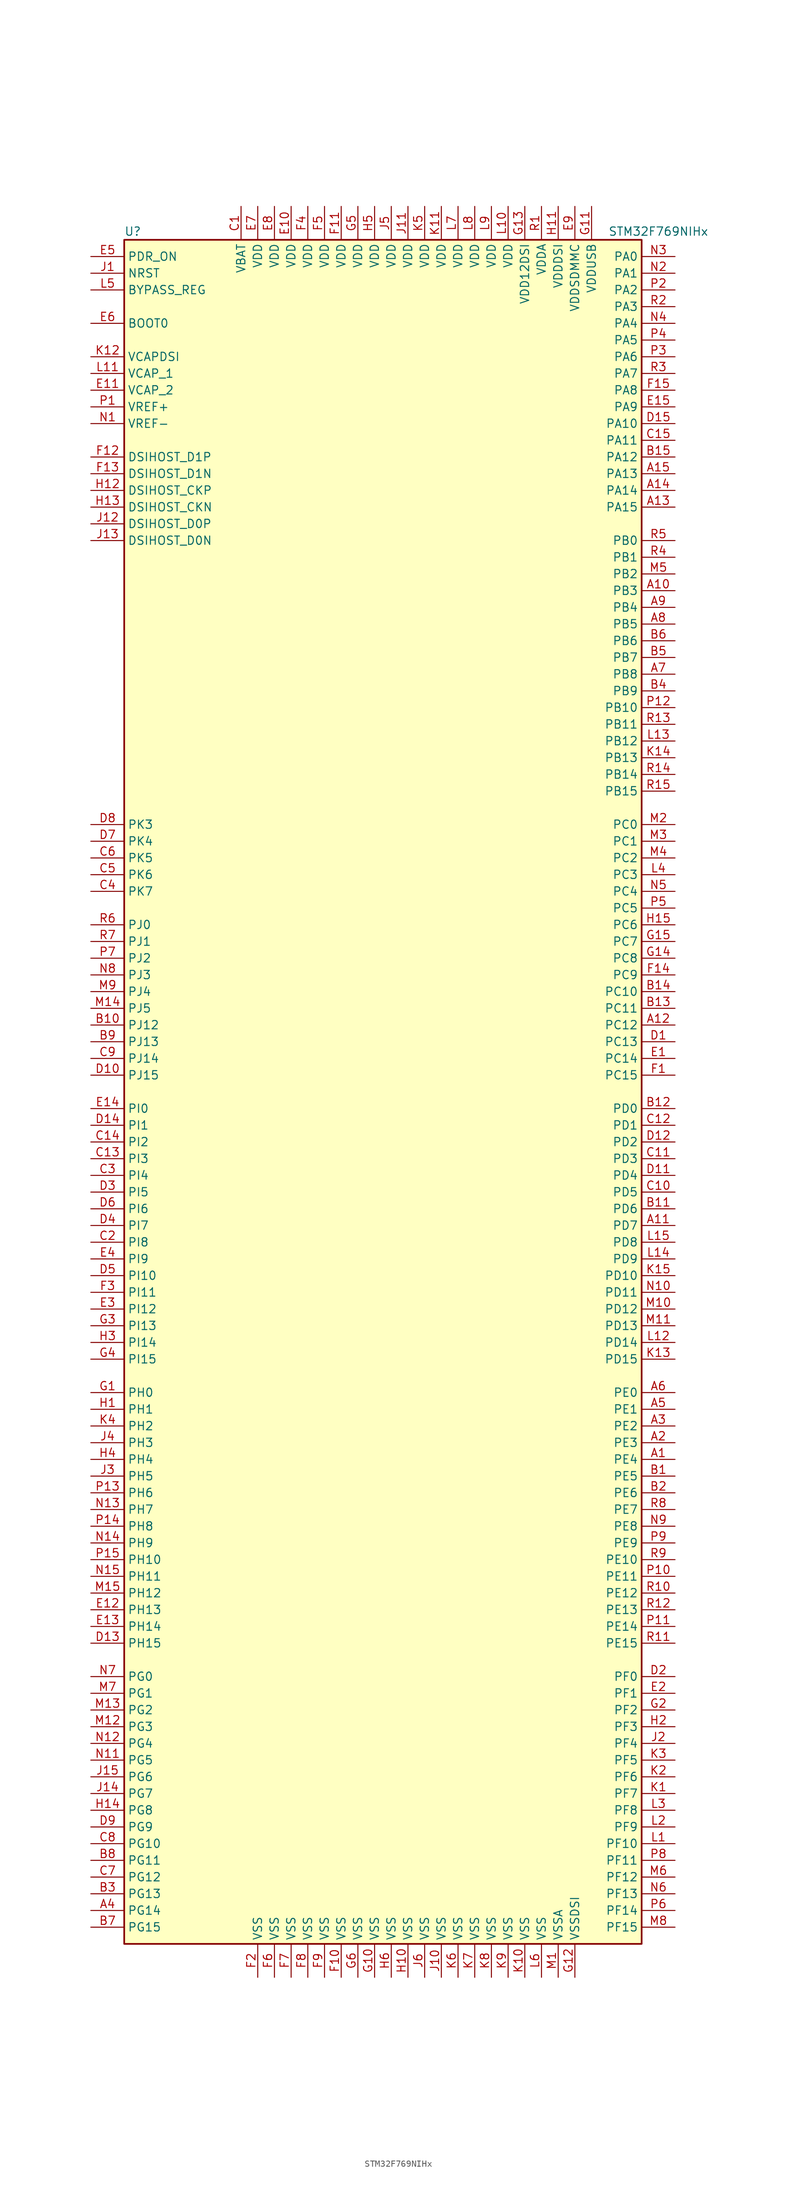
<source format=kicad_sym>
(kicad_symbol_lib
  (version 20201005)
  (generator kicad_symbol_editor)
  (symbol "MCU_ST_STM32F7:STM32F769NIHx"
    (property "Reference" "U"
      (at -40.64 130.81 0)
      (effects (font (size 1.27 1.27)) (justify left)))
    (property "Value" "STM32F769NIHx"
      (at 33.02 130.81 0)
      (effects (font (size 1.27 1.27)) (justify left)))
    (symbol "STM32F769NIHx_0_1"
      (rectangle (start -40.64 -129.54) (end 38.1 129.54) (stroke (width 0.254)) (fill (type background))))
    (symbol "STM32F769NIHx_1_1"
      (pin input line (at -45.72 116.84 0) (length 5.08) (name "BOOT0" (effects (font (size 1.27 1.27)))) (number "E6" (effects (font (size 1.27 1.27)))))
      (pin input line (at -45.72 121.92 0) (length 5.08) (name "BYPASS_REG" (effects (font (size 1.27 1.27)))) (number "L5" (effects (font (size 1.27 1.27)))))
      (pin bidirectional line (at -45.72 88.9 0) (length 5.08) (name "DSIHOST_CKN" (effects (font (size 1.27 1.27)))) (number "H13" (effects (font (size 1.27 1.27)))))
      (pin bidirectional line (at -45.72 91.44 0) (length 5.08) (name "DSIHOST_CKP" (effects (font (size 1.27 1.27)))) (number "H12" (effects (font (size 1.27 1.27)))))
      (pin bidirectional line (at -45.72 83.82 0) (length 5.08) (name "DSIHOST_D0N" (effects (font (size 1.27 1.27)))) (number "J13" (effects (font (size 1.27 1.27)))))
      (pin bidirectional line (at -45.72 86.36 0) (length 5.08) (name "DSIHOST_D0P" (effects (font (size 1.27 1.27)))) (number "J12" (effects (font (size 1.27 1.27)))))
      (pin bidirectional line (at -45.72 93.98 0) (length 5.08) (name "DSIHOST_D1N" (effects (font (size 1.27 1.27)))) (number "F13" (effects (font (size 1.27 1.27)))))
      (pin bidirectional line (at -45.72 96.52 0) (length 5.08) (name "DSIHOST_D1P" (effects (font (size 1.27 1.27)))) (number "F12" (effects (font (size 1.27 1.27)))))
      (pin input line (at -45.72 124.46 0) (length 5.08) (name "NRST" (effects (font (size 1.27 1.27)))) (number "J1" (effects (font (size 1.27 1.27)))))
      (pin bidirectional line (at 43.18 127 180) (length 5.08) (name "PA0" (effects (font (size 1.27 1.27)))) (number "N3" (effects (font (size 1.27 1.27)))))
      (pin bidirectional line (at 43.18 124.46 180) (length 5.08) (name "PA1" (effects (font (size 1.27 1.27)))) (number "N2" (effects (font (size 1.27 1.27)))))
      (pin bidirectional line (at 43.18 101.6 180) (length 5.08) (name "PA10" (effects (font (size 1.27 1.27)))) (number "D15" (effects (font (size 1.27 1.27)))))
      (pin bidirectional line (at 43.18 99.06 180) (length 5.08) (name "PA11" (effects (font (size 1.27 1.27)))) (number "C15" (effects (font (size 1.27 1.27)))))
      (pin bidirectional line (at 43.18 96.52 180) (length 5.08) (name "PA12" (effects (font (size 1.27 1.27)))) (number "B15" (effects (font (size 1.27 1.27)))))
      (pin bidirectional line (at 43.18 93.98 180) (length 5.08) (name "PA13" (effects (font (size 1.27 1.27)))) (number "A15" (effects (font (size 1.27 1.27)))))
      (pin bidirectional line (at 43.18 91.44 180) (length 5.08) (name "PA14" (effects (font (size 1.27 1.27)))) (number "A14" (effects (font (size 1.27 1.27)))))
      (pin bidirectional line (at 43.18 88.9 180) (length 5.08) (name "PA15" (effects (font (size 1.27 1.27)))) (number "A13" (effects (font (size 1.27 1.27)))))
      (pin bidirectional line (at 43.18 121.92 180) (length 5.08) (name "PA2" (effects (font (size 1.27 1.27)))) (number "P2" (effects (font (size 1.27 1.27)))))
      (pin bidirectional line (at 43.18 119.38 180) (length 5.08) (name "PA3" (effects (font (size 1.27 1.27)))) (number "R2" (effects (font (size 1.27 1.27)))))
      (pin bidirectional line (at 43.18 116.84 180) (length 5.08) (name "PA4" (effects (font (size 1.27 1.27)))) (number "N4" (effects (font (size 1.27 1.27)))))
      (pin bidirectional line (at 43.18 114.3 180) (length 5.08) (name "PA5" (effects (font (size 1.27 1.27)))) (number "P4" (effects (font (size 1.27 1.27)))))
      (pin bidirectional line (at 43.18 111.76 180) (length 5.08) (name "PA6" (effects (font (size 1.27 1.27)))) (number "P3" (effects (font (size 1.27 1.27)))))
      (pin bidirectional line (at 43.18 109.22 180) (length 5.08) (name "PA7" (effects (font (size 1.27 1.27)))) (number "R3" (effects (font (size 1.27 1.27)))))
      (pin bidirectional line (at 43.18 106.68 180) (length 5.08) (name "PA8" (effects (font (size 1.27 1.27)))) (number "F15" (effects (font (size 1.27 1.27)))))
      (pin bidirectional line (at 43.18 104.14 180) (length 5.08) (name "PA9" (effects (font (size 1.27 1.27)))) (number "E15" (effects (font (size 1.27 1.27)))))
      (pin bidirectional line (at 43.18 83.82 180) (length 5.08) (name "PB0" (effects (font (size 1.27 1.27)))) (number "R5" (effects (font (size 1.27 1.27)))))
      (pin bidirectional line (at 43.18 81.28 180) (length 5.08) (name "PB1" (effects (font (size 1.27 1.27)))) (number "R4" (effects (font (size 1.27 1.27)))))
      (pin bidirectional line (at 43.18 58.42 180) (length 5.08) (name "PB10" (effects (font (size 1.27 1.27)))) (number "P12" (effects (font (size 1.27 1.27)))))
      (pin bidirectional line (at 43.18 55.88 180) (length 5.08) (name "PB11" (effects (font (size 1.27 1.27)))) (number "R13" (effects (font (size 1.27 1.27)))))
      (pin bidirectional line (at 43.18 53.34 180) (length 5.08) (name "PB12" (effects (font (size 1.27 1.27)))) (number "L13" (effects (font (size 1.27 1.27)))))
      (pin bidirectional line (at 43.18 50.8 180) (length 5.08) (name "PB13" (effects (font (size 1.27 1.27)))) (number "K14" (effects (font (size 1.27 1.27)))))
      (pin bidirectional line (at 43.18 48.26 180) (length 5.08) (name "PB14" (effects (font (size 1.27 1.27)))) (number "R14" (effects (font (size 1.27 1.27)))))
      (pin bidirectional line (at 43.18 45.72 180) (length 5.08) (name "PB15" (effects (font (size 1.27 1.27)))) (number "R15" (effects (font (size 1.27 1.27)))))
      (pin bidirectional line (at 43.18 78.74 180) (length 5.08) (name "PB2" (effects (font (size 1.27 1.27)))) (number "M5" (effects (font (size 1.27 1.27)))))
      (pin bidirectional line (at 43.18 76.2 180) (length 5.08) (name "PB3" (effects (font (size 1.27 1.27)))) (number "A10" (effects (font (size 1.27 1.27)))))
      (pin bidirectional line (at 43.18 73.66 180) (length 5.08) (name "PB4" (effects (font (size 1.27 1.27)))) (number "A9" (effects (font (size 1.27 1.27)))))
      (pin bidirectional line (at 43.18 71.12 180) (length 5.08) (name "PB5" (effects (font (size 1.27 1.27)))) (number "A8" (effects (font (size 1.27 1.27)))))
      (pin bidirectional line (at 43.18 68.58 180) (length 5.08) (name "PB6" (effects (font (size 1.27 1.27)))) (number "B6" (effects (font (size 1.27 1.27)))))
      (pin bidirectional line (at 43.18 66.04 180) (length 5.08) (name "PB7" (effects (font (size 1.27 1.27)))) (number "B5" (effects (font (size 1.27 1.27)))))
      (pin bidirectional line (at 43.18 63.5 180) (length 5.08) (name "PB8" (effects (font (size 1.27 1.27)))) (number "A7" (effects (font (size 1.27 1.27)))))
      (pin bidirectional line (at 43.18 60.96 180) (length 5.08) (name "PB9" (effects (font (size 1.27 1.27)))) (number "B4" (effects (font (size 1.27 1.27)))))
      (pin bidirectional line (at 43.18 40.64 180) (length 5.08) (name "PC0" (effects (font (size 1.27 1.27)))) (number "M2" (effects (font (size 1.27 1.27)))))
      (pin bidirectional line (at 43.18 38.1 180) (length 5.08) (name "PC1" (effects (font (size 1.27 1.27)))) (number "M3" (effects (font (size 1.27 1.27)))))
      (pin bidirectional line (at 43.18 15.24 180) (length 5.08) (name "PC10" (effects (font (size 1.27 1.27)))) (number "B14" (effects (font (size 1.27 1.27)))))
      (pin bidirectional line (at 43.18 12.7 180) (length 5.08) (name "PC11" (effects (font (size 1.27 1.27)))) (number "B13" (effects (font (size 1.27 1.27)))))
      (pin bidirectional line (at 43.18 10.16 180) (length 5.08) (name "PC12" (effects (font (size 1.27 1.27)))) (number "A12" (effects (font (size 1.27 1.27)))))
      (pin bidirectional line (at 43.18 7.62 180) (length 5.08) (name "PC13" (effects (font (size 1.27 1.27)))) (number "D1" (effects (font (size 1.27 1.27)))))
      (pin bidirectional line (at 43.18 5.08 180) (length 5.08) (name "PC14" (effects (font (size 1.27 1.27)))) (number "E1" (effects (font (size 1.27 1.27)))))
      (pin bidirectional line (at 43.18 2.54 180) (length 5.08) (name "PC15" (effects (font (size 1.27 1.27)))) (number "F1" (effects (font (size 1.27 1.27)))))
      (pin bidirectional line (at 43.18 35.56 180) (length 5.08) (name "PC2" (effects (font (size 1.27 1.27)))) (number "M4" (effects (font (size 1.27 1.27)))))
      (pin bidirectional line (at 43.18 33.02 180) (length 5.08) (name "PC3" (effects (font (size 1.27 1.27)))) (number "L4" (effects (font (size 1.27 1.27)))))
      (pin bidirectional line (at 43.18 30.48 180) (length 5.08) (name "PC4" (effects (font (size 1.27 1.27)))) (number "N5" (effects (font (size 1.27 1.27)))))
      (pin bidirectional line (at 43.18 27.94 180) (length 5.08) (name "PC5" (effects (font (size 1.27 1.27)))) (number "P5" (effects (font (size 1.27 1.27)))))
      (pin bidirectional line (at 43.18 25.4 180) (length 5.08) (name "PC6" (effects (font (size 1.27 1.27)))) (number "H15" (effects (font (size 1.27 1.27)))))
      (pin bidirectional line (at 43.18 22.86 180) (length 5.08) (name "PC7" (effects (font (size 1.27 1.27)))) (number "G15" (effects (font (size 1.27 1.27)))))
      (pin bidirectional line (at 43.18 20.32 180) (length 5.08) (name "PC8" (effects (font (size 1.27 1.27)))) (number "G14" (effects (font (size 1.27 1.27)))))
      (pin bidirectional line (at 43.18 17.78 180) (length 5.08) (name "PC9" (effects (font (size 1.27 1.27)))) (number "F14" (effects (font (size 1.27 1.27)))))
      (pin bidirectional line (at 43.18 -2.54 180) (length 5.08) (name "PD0" (effects (font (size 1.27 1.27)))) (number "B12" (effects (font (size 1.27 1.27)))))
      (pin bidirectional line (at 43.18 -5.08 180) (length 5.08) (name "PD1" (effects (font (size 1.27 1.27)))) (number "C12" (effects (font (size 1.27 1.27)))))
      (pin bidirectional line (at 43.18 -27.94 180) (length 5.08) (name "PD10" (effects (font (size 1.27 1.27)))) (number "K15" (effects (font (size 1.27 1.27)))))
      (pin bidirectional line (at 43.18 -30.48 180) (length 5.08) (name "PD11" (effects (font (size 1.27 1.27)))) (number "N10" (effects (font (size 1.27 1.27)))))
      (pin bidirectional line (at 43.18 -33.02 180) (length 5.08) (name "PD12" (effects (font (size 1.27 1.27)))) (number "M10" (effects (font (size 1.27 1.27)))))
      (pin bidirectional line (at 43.18 -35.56 180) (length 5.08) (name "PD13" (effects (font (size 1.27 1.27)))) (number "M11" (effects (font (size 1.27 1.27)))))
      (pin bidirectional line (at 43.18 -38.1 180) (length 5.08) (name "PD14" (effects (font (size 1.27 1.27)))) (number "L12" (effects (font (size 1.27 1.27)))))
      (pin bidirectional line (at 43.18 -40.64 180) (length 5.08) (name "PD15" (effects (font (size 1.27 1.27)))) (number "K13" (effects (font (size 1.27 1.27)))))
      (pin bidirectional line (at 43.18 -7.62 180) (length 5.08) (name "PD2" (effects (font (size 1.27 1.27)))) (number "D12" (effects (font (size 1.27 1.27)))))
      (pin bidirectional line (at 43.18 -10.16 180) (length 5.08) (name "PD3" (effects (font (size 1.27 1.27)))) (number "C11" (effects (font (size 1.27 1.27)))))
      (pin bidirectional line (at 43.18 -12.7 180) (length 5.08) (name "PD4" (effects (font (size 1.27 1.27)))) (number "D11" (effects (font (size 1.27 1.27)))))
      (pin bidirectional line (at 43.18 -15.24 180) (length 5.08) (name "PD5" (effects (font (size 1.27 1.27)))) (number "C10" (effects (font (size 1.27 1.27)))))
      (pin bidirectional line (at 43.18 -17.78 180) (length 5.08) (name "PD6" (effects (font (size 1.27 1.27)))) (number "B11" (effects (font (size 1.27 1.27)))))
      (pin bidirectional line (at 43.18 -20.32 180) (length 5.08) (name "PD7" (effects (font (size 1.27 1.27)))) (number "A11" (effects (font (size 1.27 1.27)))))
      (pin bidirectional line (at 43.18 -22.86 180) (length 5.08) (name "PD8" (effects (font (size 1.27 1.27)))) (number "L15" (effects (font (size 1.27 1.27)))))
      (pin bidirectional line (at 43.18 -25.4 180) (length 5.08) (name "PD9" (effects (font (size 1.27 1.27)))) (number "L14" (effects (font (size 1.27 1.27)))))
      (pin input line (at -45.72 127 0) (length 5.08) (name "PDR_ON" (effects (font (size 1.27 1.27)))) (number "E5" (effects (font (size 1.27 1.27)))))
      (pin bidirectional line (at 43.18 -45.72 180) (length 5.08) (name "PE0" (effects (font (size 1.27 1.27)))) (number "A6" (effects (font (size 1.27 1.27)))))
      (pin bidirectional line (at 43.18 -48.26 180) (length 5.08) (name "PE1" (effects (font (size 1.27 1.27)))) (number "A5" (effects (font (size 1.27 1.27)))))
      (pin bidirectional line (at 43.18 -71.12 180) (length 5.08) (name "PE10" (effects (font (size 1.27 1.27)))) (number "R9" (effects (font (size 1.27 1.27)))))
      (pin bidirectional line (at 43.18 -73.66 180) (length 5.08) (name "PE11" (effects (font (size 1.27 1.27)))) (number "P10" (effects (font (size 1.27 1.27)))))
      (pin bidirectional line (at 43.18 -76.2 180) (length 5.08) (name "PE12" (effects (font (size 1.27 1.27)))) (number "R10" (effects (font (size 1.27 1.27)))))
      (pin bidirectional line (at 43.18 -78.74 180) (length 5.08) (name "PE13" (effects (font (size 1.27 1.27)))) (number "R12" (effects (font (size 1.27 1.27)))))
      (pin bidirectional line (at 43.18 -81.28 180) (length 5.08) (name "PE14" (effects (font (size 1.27 1.27)))) (number "P11" (effects (font (size 1.27 1.27)))))
      (pin bidirectional line (at 43.18 -83.82 180) (length 5.08) (name "PE15" (effects (font (size 1.27 1.27)))) (number "R11" (effects (font (size 1.27 1.27)))))
      (pin bidirectional line (at 43.18 -50.8 180) (length 5.08) (name "PE2" (effects (font (size 1.27 1.27)))) (number "A3" (effects (font (size 1.27 1.27)))))
      (pin bidirectional line (at 43.18 -53.34 180) (length 5.08) (name "PE3" (effects (font (size 1.27 1.27)))) (number "A2" (effects (font (size 1.27 1.27)))))
      (pin bidirectional line (at 43.18 -55.88 180) (length 5.08) (name "PE4" (effects (font (size 1.27 1.27)))) (number "A1" (effects (font (size 1.27 1.27)))))
      (pin bidirectional line (at 43.18 -58.42 180) (length 5.08) (name "PE5" (effects (font (size 1.27 1.27)))) (number "B1" (effects (font (size 1.27 1.27)))))
      (pin bidirectional line (at 43.18 -60.96 180) (length 5.08) (name "PE6" (effects (font (size 1.27 1.27)))) (number "B2" (effects (font (size 1.27 1.27)))))
      (pin bidirectional line (at 43.18 -63.5 180) (length 5.08) (name "PE7" (effects (font (size 1.27 1.27)))) (number "R8" (effects (font (size 1.27 1.27)))))
      (pin bidirectional line (at 43.18 -66.04 180) (length 5.08) (name "PE8" (effects (font (size 1.27 1.27)))) (number "N9" (effects (font (size 1.27 1.27)))))
      (pin bidirectional line (at 43.18 -68.58 180) (length 5.08) (name "PE9" (effects (font (size 1.27 1.27)))) (number "P9" (effects (font (size 1.27 1.27)))))
      (pin bidirectional line (at 43.18 -88.9 180) (length 5.08) (name "PF0" (effects (font (size 1.27 1.27)))) (number "D2" (effects (font (size 1.27 1.27)))))
      (pin bidirectional line (at 43.18 -91.44 180) (length 5.08) (name "PF1" (effects (font (size 1.27 1.27)))) (number "E2" (effects (font (size 1.27 1.27)))))
      (pin bidirectional line (at 43.18 -114.3 180) (length 5.08) (name "PF10" (effects (font (size 1.27 1.27)))) (number "L1" (effects (font (size 1.27 1.27)))))
      (pin bidirectional line (at 43.18 -116.84 180) (length 5.08) (name "PF11" (effects (font (size 1.27 1.27)))) (number "P8" (effects (font (size 1.27 1.27)))))
      (pin bidirectional line (at 43.18 -119.38 180) (length 5.08) (name "PF12" (effects (font (size 1.27 1.27)))) (number "M6" (effects (font (size 1.27 1.27)))))
      (pin bidirectional line (at 43.18 -121.92 180) (length 5.08) (name "PF13" (effects (font (size 1.27 1.27)))) (number "N6" (effects (font (size 1.27 1.27)))))
      (pin bidirectional line (at 43.18 -124.46 180) (length 5.08) (name "PF14" (effects (font (size 1.27 1.27)))) (number "P6" (effects (font (size 1.27 1.27)))))
      (pin bidirectional line (at 43.18 -127 180) (length 5.08) (name "PF15" (effects (font (size 1.27 1.27)))) (number "M8" (effects (font (size 1.27 1.27)))))
      (pin bidirectional line (at 43.18 -93.98 180) (length 5.08) (name "PF2" (effects (font (size 1.27 1.27)))) (number "G2" (effects (font (size 1.27 1.27)))))
      (pin bidirectional line (at 43.18 -96.52 180) (length 5.08) (name "PF3" (effects (font (size 1.27 1.27)))) (number "H2" (effects (font (size 1.27 1.27)))))
      (pin bidirectional line (at 43.18 -99.06 180) (length 5.08) (name "PF4" (effects (font (size 1.27 1.27)))) (number "J2" (effects (font (size 1.27 1.27)))))
      (pin bidirectional line (at 43.18 -101.6 180) (length 5.08) (name "PF5" (effects (font (size 1.27 1.27)))) (number "K3" (effects (font (size 1.27 1.27)))))
      (pin bidirectional line (at 43.18 -104.14 180) (length 5.08) (name "PF6" (effects (font (size 1.27 1.27)))) (number "K2" (effects (font (size 1.27 1.27)))))
      (pin bidirectional line (at 43.18 -106.68 180) (length 5.08) (name "PF7" (effects (font (size 1.27 1.27)))) (number "K1" (effects (font (size 1.27 1.27)))))
      (pin bidirectional line (at 43.18 -109.22 180) (length 5.08) (name "PF8" (effects (font (size 1.27 1.27)))) (number "L3" (effects (font (size 1.27 1.27)))))
      (pin bidirectional line (at 43.18 -111.76 180) (length 5.08) (name "PF9" (effects (font (size 1.27 1.27)))) (number "L2" (effects (font (size 1.27 1.27)))))
      (pin bidirectional line (at -45.72 -88.9 0) (length 5.08) (name "PG0" (effects (font (size 1.27 1.27)))) (number "N7" (effects (font (size 1.27 1.27)))))
      (pin bidirectional line (at -45.72 -91.44 0) (length 5.08) (name "PG1" (effects (font (size 1.27 1.27)))) (number "M7" (effects (font (size 1.27 1.27)))))
      (pin bidirectional line (at -45.72 -114.3 0) (length 5.08) (name "PG10" (effects (font (size 1.27 1.27)))) (number "C8" (effects (font (size 1.27 1.27)))))
      (pin bidirectional line (at -45.72 -116.84 0) (length 5.08) (name "PG11" (effects (font (size 1.27 1.27)))) (number "B8" (effects (font (size 1.27 1.27)))))
      (pin bidirectional line (at -45.72 -119.38 0) (length 5.08) (name "PG12" (effects (font (size 1.27 1.27)))) (number "C7" (effects (font (size 1.27 1.27)))))
      (pin bidirectional line (at -45.72 -121.92 0) (length 5.08) (name "PG13" (effects (font (size 1.27 1.27)))) (number "B3" (effects (font (size 1.27 1.27)))))
      (pin bidirectional line (at -45.72 -124.46 0) (length 5.08) (name "PG14" (effects (font (size 1.27 1.27)))) (number "A4" (effects (font (size 1.27 1.27)))))
      (pin bidirectional line (at -45.72 -127 0) (length 5.08) (name "PG15" (effects (font (size 1.27 1.27)))) (number "B7" (effects (font (size 1.27 1.27)))))
      (pin bidirectional line (at -45.72 -93.98 0) (length 5.08) (name "PG2" (effects (font (size 1.27 1.27)))) (number "M13" (effects (font (size 1.27 1.27)))))
      (pin bidirectional line (at -45.72 -96.52 0) (length 5.08) (name "PG3" (effects (font (size 1.27 1.27)))) (number "M12" (effects (font (size 1.27 1.27)))))
      (pin bidirectional line (at -45.72 -99.06 0) (length 5.08) (name "PG4" (effects (font (size 1.27 1.27)))) (number "N12" (effects (font (size 1.27 1.27)))))
      (pin bidirectional line (at -45.72 -101.6 0) (length 5.08) (name "PG5" (effects (font (size 1.27 1.27)))) (number "N11" (effects (font (size 1.27 1.27)))))
      (pin bidirectional line (at -45.72 -104.14 0) (length 5.08) (name "PG6" (effects (font (size 1.27 1.27)))) (number "J15" (effects (font (size 1.27 1.27)))))
      (pin bidirectional line (at -45.72 -106.68 0) (length 5.08) (name "PG7" (effects (font (size 1.27 1.27)))) (number "J14" (effects (font (size 1.27 1.27)))))
      (pin bidirectional line (at -45.72 -109.22 0) (length 5.08) (name "PG8" (effects (font (size 1.27 1.27)))) (number "H14" (effects (font (size 1.27 1.27)))))
      (pin bidirectional line (at -45.72 -111.76 0) (length 5.08) (name "PG9" (effects (font (size 1.27 1.27)))) (number "D9" (effects (font (size 1.27 1.27)))))
      (pin input line (at -45.72 -45.72 0) (length 5.08) (name "PH0" (effects (font (size 1.27 1.27)))) (number "G1" (effects (font (size 1.27 1.27)))))
      (pin input line (at -45.72 -48.26 0) (length 5.08) (name "PH1" (effects (font (size 1.27 1.27)))) (number "H1" (effects (font (size 1.27 1.27)))))
      (pin bidirectional line (at -45.72 -71.12 0) (length 5.08) (name "PH10" (effects (font (size 1.27 1.27)))) (number "P15" (effects (font (size 1.27 1.27)))))
      (pin bidirectional line (at -45.72 -73.66 0) (length 5.08) (name "PH11" (effects (font (size 1.27 1.27)))) (number "N15" (effects (font (size 1.27 1.27)))))
      (pin bidirectional line (at -45.72 -76.2 0) (length 5.08) (name "PH12" (effects (font (size 1.27 1.27)))) (number "M15" (effects (font (size 1.27 1.27)))))
      (pin bidirectional line (at -45.72 -78.74 0) (length 5.08) (name "PH13" (effects (font (size 1.27 1.27)))) (number "E12" (effects (font (size 1.27 1.27)))))
      (pin bidirectional line (at -45.72 -81.28 0) (length 5.08) (name "PH14" (effects (font (size 1.27 1.27)))) (number "E13" (effects (font (size 1.27 1.27)))))
      (pin bidirectional line (at -45.72 -83.82 0) (length 5.08) (name "PH15" (effects (font (size 1.27 1.27)))) (number "D13" (effects (font (size 1.27 1.27)))))
      (pin bidirectional line (at -45.72 -50.8 0) (length 5.08) (name "PH2" (effects (font (size 1.27 1.27)))) (number "K4" (effects (font (size 1.27 1.27)))))
      (pin bidirectional line (at -45.72 -53.34 0) (length 5.08) (name "PH3" (effects (font (size 1.27 1.27)))) (number "J4" (effects (font (size 1.27 1.27)))))
      (pin bidirectional line (at -45.72 -55.88 0) (length 5.08) (name "PH4" (effects (font (size 1.27 1.27)))) (number "H4" (effects (font (size 1.27 1.27)))))
      (pin bidirectional line (at -45.72 -58.42 0) (length 5.08) (name "PH5" (effects (font (size 1.27 1.27)))) (number "J3" (effects (font (size 1.27 1.27)))))
      (pin bidirectional line (at -45.72 -60.96 0) (length 5.08) (name "PH6" (effects (font (size 1.27 1.27)))) (number "P13" (effects (font (size 1.27 1.27)))))
      (pin bidirectional line (at -45.72 -63.5 0) (length 5.08) (name "PH7" (effects (font (size 1.27 1.27)))) (number "N13" (effects (font (size 1.27 1.27)))))
      (pin bidirectional line (at -45.72 -66.04 0) (length 5.08) (name "PH8" (effects (font (size 1.27 1.27)))) (number "P14" (effects (font (size 1.27 1.27)))))
      (pin bidirectional line (at -45.72 -68.58 0) (length 5.08) (name "PH9" (effects (font (size 1.27 1.27)))) (number "N14" (effects (font (size 1.27 1.27)))))
      (pin bidirectional line (at -45.72 -2.54 0) (length 5.08) (name "PI0" (effects (font (size 1.27 1.27)))) (number "E14" (effects (font (size 1.27 1.27)))))
      (pin bidirectional line (at -45.72 -5.08 0) (length 5.08) (name "PI1" (effects (font (size 1.27 1.27)))) (number "D14" (effects (font (size 1.27 1.27)))))
      (pin bidirectional line (at -45.72 -27.94 0) (length 5.08) (name "PI10" (effects (font (size 1.27 1.27)))) (number "D5" (effects (font (size 1.27 1.27)))))
      (pin bidirectional line (at -45.72 -30.48 0) (length 5.08) (name "PI11" (effects (font (size 1.27 1.27)))) (number "F3" (effects (font (size 1.27 1.27)))))
      (pin bidirectional line (at -45.72 -33.02 0) (length 5.08) (name "PI12" (effects (font (size 1.27 1.27)))) (number "E3" (effects (font (size 1.27 1.27)))))
      (pin bidirectional line (at -45.72 -35.56 0) (length 5.08) (name "PI13" (effects (font (size 1.27 1.27)))) (number "G3" (effects (font (size 1.27 1.27)))))
      (pin bidirectional line (at -45.72 -38.1 0) (length 5.08) (name "PI14" (effects (font (size 1.27 1.27)))) (number "H3" (effects (font (size 1.27 1.27)))))
      (pin bidirectional line (at -45.72 -40.64 0) (length 5.08) (name "PI15" (effects (font (size 1.27 1.27)))) (number "G4" (effects (font (size 1.27 1.27)))))
      (pin bidirectional line (at -45.72 -7.62 0) (length 5.08) (name "PI2" (effects (font (size 1.27 1.27)))) (number "C14" (effects (font (size 1.27 1.27)))))
      (pin bidirectional line (at -45.72 -10.16 0) (length 5.08) (name "PI3" (effects (font (size 1.27 1.27)))) (number "C13" (effects (font (size 1.27 1.27)))))
      (pin bidirectional line (at -45.72 -12.7 0) (length 5.08) (name "PI4" (effects (font (size 1.27 1.27)))) (number "C3" (effects (font (size 1.27 1.27)))))
      (pin bidirectional line (at -45.72 -15.24 0) (length 5.08) (name "PI5" (effects (font (size 1.27 1.27)))) (number "D3" (effects (font (size 1.27 1.27)))))
      (pin bidirectional line (at -45.72 -17.78 0) (length 5.08) (name "PI6" (effects (font (size 1.27 1.27)))) (number "D6" (effects (font (size 1.27 1.27)))))
      (pin bidirectional line (at -45.72 -20.32 0) (length 5.08) (name "PI7" (effects (font (size 1.27 1.27)))) (number "D4" (effects (font (size 1.27 1.27)))))
      (pin bidirectional line (at -45.72 -22.86 0) (length 5.08) (name "PI8" (effects (font (size 1.27 1.27)))) (number "C2" (effects (font (size 1.27 1.27)))))
      (pin bidirectional line (at -45.72 -25.4 0) (length 5.08) (name "PI9" (effects (font (size 1.27 1.27)))) (number "E4" (effects (font (size 1.27 1.27)))))
      (pin bidirectional line (at -45.72 25.4 0) (length 5.08) (name "PJ0" (effects (font (size 1.27 1.27)))) (number "R6" (effects (font (size 1.27 1.27)))))
      (pin bidirectional line (at -45.72 22.86 0) (length 5.08) (name "PJ1" (effects (font (size 1.27 1.27)))) (number "R7" (effects (font (size 1.27 1.27)))))
      (pin bidirectional line (at -45.72 10.16 0) (length 5.08) (name "PJ12" (effects (font (size 1.27 1.27)))) (number "B10" (effects (font (size 1.27 1.27)))))
      (pin bidirectional line (at -45.72 7.62 0) (length 5.08) (name "PJ13" (effects (font (size 1.27 1.27)))) (number "B9" (effects (font (size 1.27 1.27)))))
      (pin bidirectional line (at -45.72 5.08 0) (length 5.08) (name "PJ14" (effects (font (size 1.27 1.27)))) (number "C9" (effects (font (size 1.27 1.27)))))
      (pin bidirectional line (at -45.72 2.54 0) (length 5.08) (name "PJ15" (effects (font (size 1.27 1.27)))) (number "D10" (effects (font (size 1.27 1.27)))))
      (pin bidirectional line (at -45.72 20.32 0) (length 5.08) (name "PJ2" (effects (font (size 1.27 1.27)))) (number "P7" (effects (font (size 1.27 1.27)))))
      (pin bidirectional line (at -45.72 17.78 0) (length 5.08) (name "PJ3" (effects (font (size 1.27 1.27)))) (number "N8" (effects (font (size 1.27 1.27)))))
      (pin bidirectional line (at -45.72 15.24 0) (length 5.08) (name "PJ4" (effects (font (size 1.27 1.27)))) (number "M9" (effects (font (size 1.27 1.27)))))
      (pin bidirectional line (at -45.72 12.7 0) (length 5.08) (name "PJ5" (effects (font (size 1.27 1.27)))) (number "M14" (effects (font (size 1.27 1.27)))))
      (pin bidirectional line (at -45.72 40.64 0) (length 5.08) (name "PK3" (effects (font (size 1.27 1.27)))) (number "D8" (effects (font (size 1.27 1.27)))))
      (pin bidirectional line (at -45.72 38.1 0) (length 5.08) (name "PK4" (effects (font (size 1.27 1.27)))) (number "D7" (effects (font (size 1.27 1.27)))))
      (pin bidirectional line (at -45.72 35.56 0) (length 5.08) (name "PK5" (effects (font (size 1.27 1.27)))) (number "C6" (effects (font (size 1.27 1.27)))))
      (pin bidirectional line (at -45.72 33.02 0) (length 5.08) (name "PK6" (effects (font (size 1.27 1.27)))) (number "C5" (effects (font (size 1.27 1.27)))))
      (pin bidirectional line (at -45.72 30.48 0) (length 5.08) (name "PK7" (effects (font (size 1.27 1.27)))) (number "C4" (effects (font (size 1.27 1.27)))))
      (pin power_in line (at -22.86 134.62 270) (length 5.08) (name "VBAT" (effects (font (size 1.27 1.27)))) (number "C1" (effects (font (size 1.27 1.27)))))
      (pin power_in line (at -45.72 111.76 0) (length 5.08) (name "VCAPDSI" (effects (font (size 1.27 1.27)))) (number "K12" (effects (font (size 1.27 1.27)))))
      (pin power_in line (at -45.72 109.22 0) (length 5.08) (name "VCAP_1" (effects (font (size 1.27 1.27)))) (number "L11" (effects (font (size 1.27 1.27)))))
      (pin power_in line (at -45.72 106.68 0) (length 5.08) (name "VCAP_2" (effects (font (size 1.27 1.27)))) (number "E11" (effects (font (size 1.27 1.27)))))
      (pin power_in line (at -15.24 134.62 270) (length 5.08) (name "VDD" (effects (font (size 1.27 1.27)))) (number "E10" (effects (font (size 1.27 1.27)))))
      (pin power_in line (at -20.32 134.62 270) (length 5.08) (name "VDD" (effects (font (size 1.27 1.27)))) (number "E7" (effects (font (size 1.27 1.27)))))
      (pin power_in line (at -17.78 134.62 270) (length 5.08) (name "VDD" (effects (font (size 1.27 1.27)))) (number "E8" (effects (font (size 1.27 1.27)))))
      (pin power_in line (at -7.62 134.62 270) (length 5.08) (name "VDD" (effects (font (size 1.27 1.27)))) (number "F11" (effects (font (size 1.27 1.27)))))
      (pin power_in line (at -12.7 134.62 270) (length 5.08) (name "VDD" (effects (font (size 1.27 1.27)))) (number "F4" (effects (font (size 1.27 1.27)))))
      (pin power_in line (at -10.16 134.62 270) (length 5.08) (name "VDD" (effects (font (size 1.27 1.27)))) (number "F5" (effects (font (size 1.27 1.27)))))
      (pin power_in line (at -5.08 134.62 270) (length 5.08) (name "VDD" (effects (font (size 1.27 1.27)))) (number "G5" (effects (font (size 1.27 1.27)))))
      (pin power_in line (at -2.54 134.62 270) (length 5.08) (name "VDD" (effects (font (size 1.27 1.27)))) (number "H5" (effects (font (size 1.27 1.27)))))
      (pin power_in line (at 2.54 134.62 270) (length 5.08) (name "VDD" (effects (font (size 1.27 1.27)))) (number "J11" (effects (font (size 1.27 1.27)))))
      (pin power_in line (at 0 134.62 270) (length 5.08) (name "VDD" (effects (font (size 1.27 1.27)))) (number "J5" (effects (font (size 1.27 1.27)))))
      (pin power_in line (at 7.62 134.62 270) (length 5.08) (name "VDD" (effects (font (size 1.27 1.27)))) (number "K11" (effects (font (size 1.27 1.27)))))
      (pin power_in line (at 5.08 134.62 270) (length 5.08) (name "VDD" (effects (font (size 1.27 1.27)))) (number "K5" (effects (font (size 1.27 1.27)))))
      (pin power_in line (at 17.78 134.62 270) (length 5.08) (name "VDD" (effects (font (size 1.27 1.27)))) (number "L10" (effects (font (size 1.27 1.27)))))
      (pin power_in line (at 10.16 134.62 270) (length 5.08) (name "VDD" (effects (font (size 1.27 1.27)))) (number "L7" (effects (font (size 1.27 1.27)))))
      (pin power_in line (at 12.7 134.62 270) (length 5.08) (name "VDD" (effects (font (size 1.27 1.27)))) (number "L8" (effects (font (size 1.27 1.27)))))
      (pin power_in line (at 15.24 134.62 270) (length 5.08) (name "VDD" (effects (font (size 1.27 1.27)))) (number "L9" (effects (font (size 1.27 1.27)))))
      (pin power_in line (at 20.32 134.62 270) (length 5.08) (name "VDD12DSI" (effects (font (size 1.27 1.27)))) (number "G13" (effects (font (size 1.27 1.27)))))
      (pin power_in line (at 22.86 134.62 270) (length 5.08) (name "VDDA" (effects (font (size 1.27 1.27)))) (number "R1" (effects (font (size 1.27 1.27)))))
      (pin power_in line (at 25.4 134.62 270) (length 5.08) (name "VDDDSI" (effects (font (size 1.27 1.27)))) (number "H11" (effects (font (size 1.27 1.27)))))
      (pin power_in line (at 27.94 134.62 270) (length 5.08) (name "VDDSDMMC" (effects (font (size 1.27 1.27)))) (number "E9" (effects (font (size 1.27 1.27)))))
      (pin power_in line (at 30.48 134.62 270) (length 5.08) (name "VDDUSB" (effects (font (size 1.27 1.27)))) (number "G11" (effects (font (size 1.27 1.27)))))
      (pin power_in line (at -45.72 104.14 0) (length 5.08) (name "VREF+" (effects (font (size 1.27 1.27)))) (number "P1" (effects (font (size 1.27 1.27)))))
      (pin power_in line (at -45.72 101.6 0) (length 5.08) (name "VREF-" (effects (font (size 1.27 1.27)))) (number "N1" (effects (font (size 1.27 1.27)))))
      (pin power_in line (at -7.62 -134.62 90) (length 5.08) (name "VSS" (effects (font (size 1.27 1.27)))) (number "F10" (effects (font (size 1.27 1.27)))))
      (pin power_in line (at -20.32 -134.62 90) (length 5.08) (name "VSS" (effects (font (size 1.27 1.27)))) (number "F2" (effects (font (size 1.27 1.27)))))
      (pin power_in line (at -17.78 -134.62 90) (length 5.08) (name "VSS" (effects (font (size 1.27 1.27)))) (number "F6" (effects (font (size 1.27 1.27)))))
      (pin power_in line (at -15.24 -134.62 90) (length 5.08) (name "VSS" (effects (font (size 1.27 1.27)))) (number "F7" (effects (font (size 1.27 1.27)))))
      (pin power_in line (at -12.7 -134.62 90) (length 5.08) (name "VSS" (effects (font (size 1.27 1.27)))) (number "F8" (effects (font (size 1.27 1.27)))))
      (pin power_in line (at -10.16 -134.62 90) (length 5.08) (name "VSS" (effects (font (size 1.27 1.27)))) (number "F9" (effects (font (size 1.27 1.27)))))
      (pin power_in line (at -2.54 -134.62 90) (length 5.08) (name "VSS" (effects (font (size 1.27 1.27)))) (number "G10" (effects (font (size 1.27 1.27)))))
      (pin power_in line (at -5.08 -134.62 90) (length 5.08) (name "VSS" (effects (font (size 1.27 1.27)))) (number "G6" (effects (font (size 1.27 1.27)))))
      (pin power_in line (at 2.54 -134.62 90) (length 5.08) (name "VSS" (effects (font (size 1.27 1.27)))) (number "H10" (effects (font (size 1.27 1.27)))))
      (pin power_in line (at 0 -134.62 90) (length 5.08) (name "VSS" (effects (font (size 1.27 1.27)))) (number "H6" (effects (font (size 1.27 1.27)))))
      (pin power_in line (at 7.62 -134.62 90) (length 5.08) (name "VSS" (effects (font (size 1.27 1.27)))) (number "J10" (effects (font (size 1.27 1.27)))))
      (pin power_in line (at 5.08 -134.62 90) (length 5.08) (name "VSS" (effects (font (size 1.27 1.27)))) (number "J6" (effects (font (size 1.27 1.27)))))
      (pin power_in line (at 20.32 -134.62 90) (length 5.08) (name "VSS" (effects (font (size 1.27 1.27)))) (number "K10" (effects (font (size 1.27 1.27)))))
      (pin power_in line (at 10.16 -134.62 90) (length 5.08) (name "VSS" (effects (font (size 1.27 1.27)))) (number "K6" (effects (font (size 1.27 1.27)))))
      (pin power_in line (at 12.7 -134.62 90) (length 5.08) (name "VSS" (effects (font (size 1.27 1.27)))) (number "K7" (effects (font (size 1.27 1.27)))))
      (pin power_in line (at 15.24 -134.62 90) (length 5.08) (name "VSS" (effects (font (size 1.27 1.27)))) (number "K8" (effects (font (size 1.27 1.27)))))
      (pin power_in line (at 17.78 -134.62 90) (length 5.08) (name "VSS" (effects (font (size 1.27 1.27)))) (number "K9" (effects (font (size 1.27 1.27)))))
      (pin power_in line (at 22.86 -134.62 90) (length 5.08) (name "VSS" (effects (font (size 1.27 1.27)))) (number "L6" (effects (font (size 1.27 1.27)))))
      (pin power_in line (at 25.4 -134.62 90) (length 5.08) (name "VSSA" (effects (font (size 1.27 1.27)))) (number "M1" (effects (font (size 1.27 1.27)))))
      (pin power_in line (at 27.94 -134.62 90) (length 5.08) (name "VSSDSI" (effects (font (size 1.27 1.27)))) (number "G12" (effects (font (size 1.27 1.27))))))))
</source>
